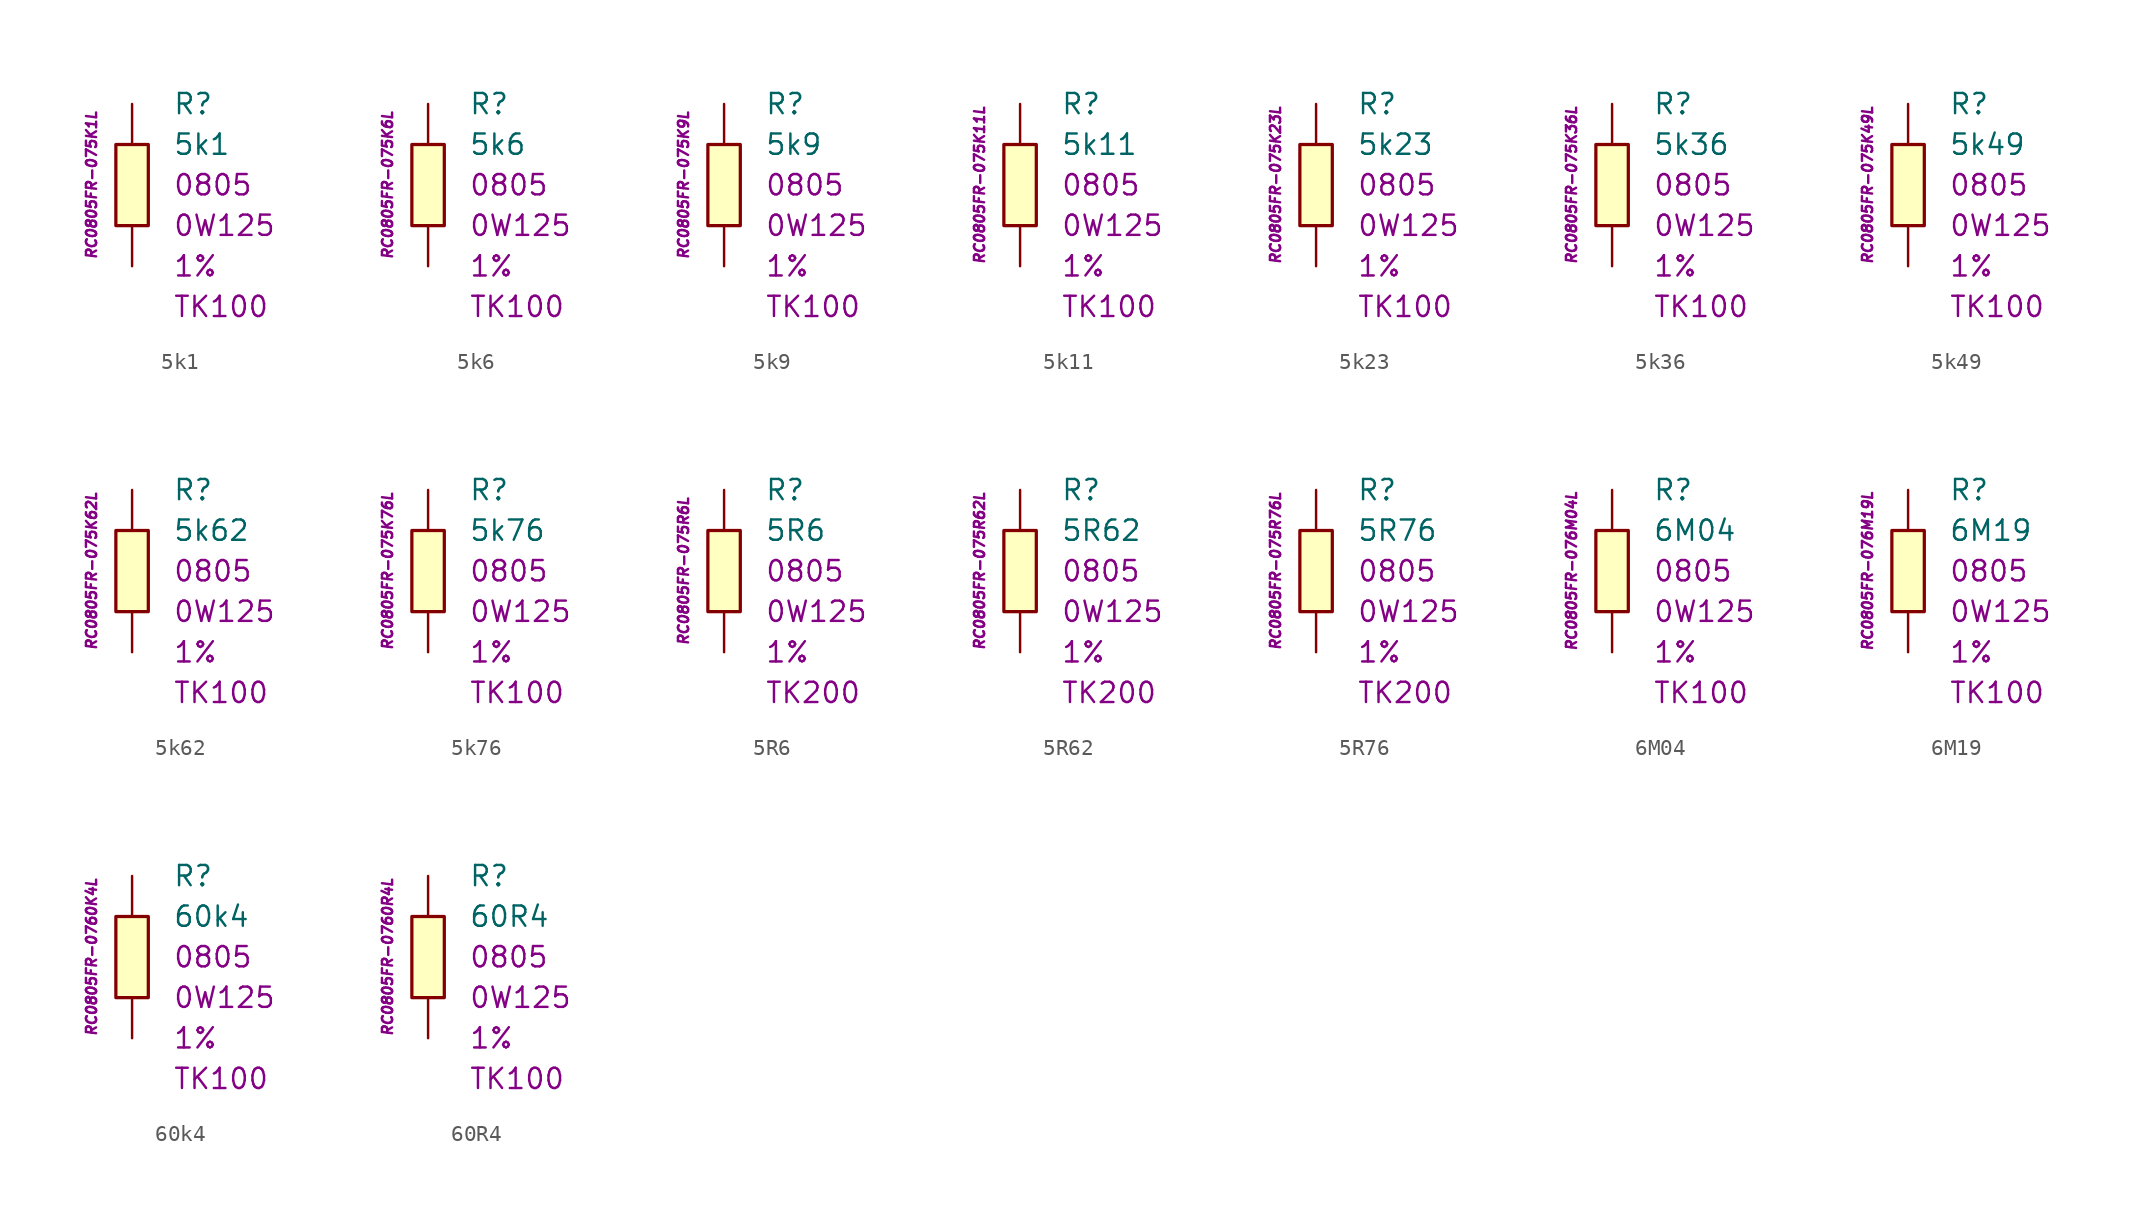
<source format=kicad_sym>
(kicad_symbol_lib
  (version 20201005)
  (generator kicad_symbol_editor)
  (symbol "5k1"
    (pin_numbers hide)
    (pin_names
      (offset 1.016) hide)
    (property "Reference" "R"
      (at 2.54 5.08 0)
      (effects (font (size 1.27 1.27)) (justify left)))
    (property "Value" "5k1"
      (at 2.54 2.54 0)
      (effects (font (size 1.27 1.27)) (justify left)))
    (property "Package" "0805"
      (at 2.54 0 0)
      (effects (font (size 1.27 1.27)) (justify left)))
    (property "Power" "0W125"
      (at 2.54 -2.54 0)
      (effects (font (size 1.27 1.27)) (justify left)))
    (property "Tolerance" "1%"
      (at 2.54 -5.08 0)
      (effects (font (size 1.27 1.27)) (justify left)))
    (property "TK" "TK100"
      (at 2.54 -7.62 0)
      (effects (font (size 1.27 1.27)) (justify left)))
    (property "ID" "RC0805FR-075K1L"
      (at -2.54 0 90)
      (effects (font (size 0.635 0.635) italic)))
    (symbol "5k1_0_1"
      (rectangle (start -1.016 2.54) (end 1.016 -2.54) (stroke (width 0.203)) (fill (type background))))
    (symbol "5k1_1_1"
      (pin passive line (at 0 5.08 270) (length 2.54) (name "~" (effects (font (size 1.778 1.778)))) (number "1" (effects (font (size 1.778 1.778)))))
      (pin passive line (at 0 -5.08 90) (length 2.54) (name "~" (effects (font (size 1.778 1.778)))) (number "2" (effects (font (size 1.778 1.778)))))))
  (symbol "5k6"
    (pin_numbers hide)
    (pin_names
      (offset 1.016) hide)
    (property "Reference" "R"
      (at 2.54 5.08 0)
      (effects (font (size 1.27 1.27)) (justify left)))
    (property "Value" "5k6"
      (at 2.54 2.54 0)
      (effects (font (size 1.27 1.27)) (justify left)))
    (property "Package" "0805"
      (at 2.54 0 0)
      (effects (font (size 1.27 1.27)) (justify left)))
    (property "Power" "0W125"
      (at 2.54 -2.54 0)
      (effects (font (size 1.27 1.27)) (justify left)))
    (property "Tolerance" "1%"
      (at 2.54 -5.08 0)
      (effects (font (size 1.27 1.27)) (justify left)))
    (property "TK" "TK100"
      (at 2.54 -7.62 0)
      (effects (font (size 1.27 1.27)) (justify left)))
    (property "ID" "RC0805FR-075K6L"
      (at -2.54 0 90)
      (effects (font (size 0.635 0.635) italic)))
    (symbol "5k6_0_1"
      (rectangle (start -1.016 2.54) (end 1.016 -2.54) (stroke (width 0.203)) (fill (type background))))
    (symbol "5k6_1_1"
      (pin passive line (at 0 5.08 270) (length 2.54) (name "~" (effects (font (size 1.778 1.778)))) (number "1" (effects (font (size 1.778 1.778)))))
      (pin passive line (at 0 -5.08 90) (length 2.54) (name "~" (effects (font (size 1.778 1.778)))) (number "2" (effects (font (size 1.778 1.778)))))))
  (symbol "5k9"
    (pin_numbers hide)
    (pin_names
      (offset 1.016) hide)
    (property "Reference" "R"
      (at 2.54 5.08 0)
      (effects (font (size 1.27 1.27)) (justify left)))
    (property "Value" "5k9"
      (at 2.54 2.54 0)
      (effects (font (size 1.27 1.27)) (justify left)))
    (property "Package" "0805"
      (at 2.54 0 0)
      (effects (font (size 1.27 1.27)) (justify left)))
    (property "Power" "0W125"
      (at 2.54 -2.54 0)
      (effects (font (size 1.27 1.27)) (justify left)))
    (property "Tolerance" "1%"
      (at 2.54 -5.08 0)
      (effects (font (size 1.27 1.27)) (justify left)))
    (property "TK" "TK100"
      (at 2.54 -7.62 0)
      (effects (font (size 1.27 1.27)) (justify left)))
    (property "ID" "RC0805FR-075K9L"
      (at -2.54 0 90)
      (effects (font (size 0.635 0.635) italic)))
    (symbol "5k9_0_1"
      (rectangle (start -1.016 2.54) (end 1.016 -2.54) (stroke (width 0.203)) (fill (type background))))
    (symbol "5k9_1_1"
      (pin passive line (at 0 5.08 270) (length 2.54) (name "~" (effects (font (size 1.778 1.778)))) (number "1" (effects (font (size 1.778 1.778)))))
      (pin passive line (at 0 -5.08 90) (length 2.54) (name "~" (effects (font (size 1.778 1.778)))) (number "2" (effects (font (size 1.778 1.778)))))))
  (symbol "5k11"
    (pin_numbers hide)
    (pin_names
      (offset 1.016) hide)
    (property "Reference" "R"
      (at 2.54 5.08 0)
      (effects (font (size 1.27 1.27)) (justify left)))
    (property "Value" "5k11"
      (at 2.54 2.54 0)
      (effects (font (size 1.27 1.27)) (justify left)))
    (property "Package" "0805"
      (at 2.54 0 0)
      (effects (font (size 1.27 1.27)) (justify left)))
    (property "Power" "0W125"
      (at 2.54 -2.54 0)
      (effects (font (size 1.27 1.27)) (justify left)))
    (property "Tolerance" "1%"
      (at 2.54 -5.08 0)
      (effects (font (size 1.27 1.27)) (justify left)))
    (property "TK" "TK100"
      (at 2.54 -7.62 0)
      (effects (font (size 1.27 1.27)) (justify left)))
    (property "ID" "RC0805FR-075K11L"
      (at -2.54 0 90)
      (effects (font (size 0.635 0.635) italic)))
    (symbol "5k11_0_1"
      (rectangle (start -1.016 2.54) (end 1.016 -2.54) (stroke (width 0.203)) (fill (type background))))
    (symbol "5k11_1_1"
      (pin passive line (at 0 5.08 270) (length 2.54) (name "~" (effects (font (size 1.778 1.778)))) (number "1" (effects (font (size 1.778 1.778)))))
      (pin passive line (at 0 -5.08 90) (length 2.54) (name "~" (effects (font (size 1.778 1.778)))) (number "2" (effects (font (size 1.778 1.778)))))))
  (symbol "5k23"
    (pin_numbers hide)
    (pin_names
      (offset 1.016) hide)
    (property "Reference" "R"
      (at 2.54 5.08 0)
      (effects (font (size 1.27 1.27)) (justify left)))
    (property "Value" "5k23"
      (at 2.54 2.54 0)
      (effects (font (size 1.27 1.27)) (justify left)))
    (property "Package" "0805"
      (at 2.54 0 0)
      (effects (font (size 1.27 1.27)) (justify left)))
    (property "Power" "0W125"
      (at 2.54 -2.54 0)
      (effects (font (size 1.27 1.27)) (justify left)))
    (property "Tolerance" "1%"
      (at 2.54 -5.08 0)
      (effects (font (size 1.27 1.27)) (justify left)))
    (property "TK" "TK100"
      (at 2.54 -7.62 0)
      (effects (font (size 1.27 1.27)) (justify left)))
    (property "ID" "RC0805FR-075K23L"
      (at -2.54 0 90)
      (effects (font (size 0.635 0.635) italic)))
    (symbol "5k23_0_1"
      (rectangle (start -1.016 2.54) (end 1.016 -2.54) (stroke (width 0.203)) (fill (type background))))
    (symbol "5k23_1_1"
      (pin passive line (at 0 5.08 270) (length 2.54) (name "~" (effects (font (size 1.778 1.778)))) (number "1" (effects (font (size 1.778 1.778)))))
      (pin passive line (at 0 -5.08 90) (length 2.54) (name "~" (effects (font (size 1.778 1.778)))) (number "2" (effects (font (size 1.778 1.778)))))))
  (symbol "5k36"
    (pin_numbers hide)
    (pin_names
      (offset 1.016) hide)
    (property "Reference" "R"
      (at 2.54 5.08 0)
      (effects (font (size 1.27 1.27)) (justify left)))
    (property "Value" "5k36"
      (at 2.54 2.54 0)
      (effects (font (size 1.27 1.27)) (justify left)))
    (property "Package" "0805"
      (at 2.54 0 0)
      (effects (font (size 1.27 1.27)) (justify left)))
    (property "Power" "0W125"
      (at 2.54 -2.54 0)
      (effects (font (size 1.27 1.27)) (justify left)))
    (property "Tolerance" "1%"
      (at 2.54 -5.08 0)
      (effects (font (size 1.27 1.27)) (justify left)))
    (property "TK" "TK100"
      (at 2.54 -7.62 0)
      (effects (font (size 1.27 1.27)) (justify left)))
    (property "ID" "RC0805FR-075K36L"
      (at -2.54 0 90)
      (effects (font (size 0.635 0.635) italic)))
    (symbol "5k36_0_1"
      (rectangle (start -1.016 2.54) (end 1.016 -2.54) (stroke (width 0.203)) (fill (type background))))
    (symbol "5k36_1_1"
      (pin passive line (at 0 5.08 270) (length 2.54) (name "~" (effects (font (size 1.778 1.778)))) (number "1" (effects (font (size 1.778 1.778)))))
      (pin passive line (at 0 -5.08 90) (length 2.54) (name "~" (effects (font (size 1.778 1.778)))) (number "2" (effects (font (size 1.778 1.778)))))))
  (symbol "5k49"
    (pin_numbers hide)
    (pin_names
      (offset 1.016) hide)
    (property "Reference" "R"
      (at 2.54 5.08 0)
      (effects (font (size 1.27 1.27)) (justify left)))
    (property "Value" "5k49"
      (at 2.54 2.54 0)
      (effects (font (size 1.27 1.27)) (justify left)))
    (property "Package" "0805"
      (at 2.54 0 0)
      (effects (font (size 1.27 1.27)) (justify left)))
    (property "Power" "0W125"
      (at 2.54 -2.54 0)
      (effects (font (size 1.27 1.27)) (justify left)))
    (property "Tolerance" "1%"
      (at 2.54 -5.08 0)
      (effects (font (size 1.27 1.27)) (justify left)))
    (property "TK" "TK100"
      (at 2.54 -7.62 0)
      (effects (font (size 1.27 1.27)) (justify left)))
    (property "ID" "RC0805FR-075K49L"
      (at -2.54 0 90)
      (effects (font (size 0.635 0.635) italic)))
    (symbol "5k49_0_1"
      (rectangle (start -1.016 2.54) (end 1.016 -2.54) (stroke (width 0.203)) (fill (type background))))
    (symbol "5k49_1_1"
      (pin passive line (at 0 5.08 270) (length 2.54) (name "~" (effects (font (size 1.778 1.778)))) (number "1" (effects (font (size 1.778 1.778)))))
      (pin passive line (at 0 -5.08 90) (length 2.54) (name "~" (effects (font (size 1.778 1.778)))) (number "2" (effects (font (size 1.778 1.778)))))))
  (symbol "5k62"
    (pin_numbers hide)
    (pin_names
      (offset 1.016) hide)
    (property "Reference" "R"
      (at 2.54 5.08 0)
      (effects (font (size 1.27 1.27)) (justify left)))
    (property "Value" "5k62"
      (at 2.54 2.54 0)
      (effects (font (size 1.27 1.27)) (justify left)))
    (property "Package" "0805"
      (at 2.54 0 0)
      (effects (font (size 1.27 1.27)) (justify left)))
    (property "Power" "0W125"
      (at 2.54 -2.54 0)
      (effects (font (size 1.27 1.27)) (justify left)))
    (property "Tolerance" "1%"
      (at 2.54 -5.08 0)
      (effects (font (size 1.27 1.27)) (justify left)))
    (property "TK" "TK100"
      (at 2.54 -7.62 0)
      (effects (font (size 1.27 1.27)) (justify left)))
    (property "ID" "RC0805FR-075K62L"
      (at -2.54 0 90)
      (effects (font (size 0.635 0.635) italic)))
    (symbol "5k62_0_1"
      (rectangle (start -1.016 2.54) (end 1.016 -2.54) (stroke (width 0.203)) (fill (type background))))
    (symbol "5k62_1_1"
      (pin passive line (at 0 5.08 270) (length 2.54) (name "~" (effects (font (size 1.778 1.778)))) (number "1" (effects (font (size 1.778 1.778)))))
      (pin passive line (at 0 -5.08 90) (length 2.54) (name "~" (effects (font (size 1.778 1.778)))) (number "2" (effects (font (size 1.778 1.778)))))))
  (symbol "5k76"
    (pin_numbers hide)
    (pin_names
      (offset 1.016) hide)
    (property "Reference" "R"
      (at 2.54 5.08 0)
      (effects (font (size 1.27 1.27)) (justify left)))
    (property "Value" "5k76"
      (at 2.54 2.54 0)
      (effects (font (size 1.27 1.27)) (justify left)))
    (property "Package" "0805"
      (at 2.54 0 0)
      (effects (font (size 1.27 1.27)) (justify left)))
    (property "Power" "0W125"
      (at 2.54 -2.54 0)
      (effects (font (size 1.27 1.27)) (justify left)))
    (property "Tolerance" "1%"
      (at 2.54 -5.08 0)
      (effects (font (size 1.27 1.27)) (justify left)))
    (property "TK" "TK100"
      (at 2.54 -7.62 0)
      (effects (font (size 1.27 1.27)) (justify left)))
    (property "ID" "RC0805FR-075K76L"
      (at -2.54 0 90)
      (effects (font (size 0.635 0.635) italic)))
    (symbol "5k76_0_1"
      (rectangle (start -1.016 2.54) (end 1.016 -2.54) (stroke (width 0.203)) (fill (type background))))
    (symbol "5k76_1_1"
      (pin passive line (at 0 5.08 270) (length 2.54) (name "~" (effects (font (size 1.778 1.778)))) (number "1" (effects (font (size 1.778 1.778)))))
      (pin passive line (at 0 -5.08 90) (length 2.54) (name "~" (effects (font (size 1.778 1.778)))) (number "2" (effects (font (size 1.778 1.778)))))))
  (symbol "5R6"
    (pin_numbers hide)
    (pin_names
      (offset 1.016) hide)
    (property "Reference" "R"
      (at 2.54 5.08 0)
      (effects (font (size 1.27 1.27)) (justify left)))
    (property "Value" "5R6"
      (at 2.54 2.54 0)
      (effects (font (size 1.27 1.27)) (justify left)))
    (property "Package" "0805"
      (at 2.54 0 0)
      (effects (font (size 1.27 1.27)) (justify left)))
    (property "Power" "0W125"
      (at 2.54 -2.54 0)
      (effects (font (size 1.27 1.27)) (justify left)))
    (property "Tolerance" "1%"
      (at 2.54 -5.08 0)
      (effects (font (size 1.27 1.27)) (justify left)))
    (property "TK" "TK200"
      (at 2.54 -7.62 0)
      (effects (font (size 1.27 1.27)) (justify left)))
    (property "ID" "RC0805FR-075R6L"
      (at -2.54 0 90)
      (effects (font (size 0.635 0.635) italic)))
    (symbol "5R6_0_1"
      (rectangle (start -1.016 2.54) (end 1.016 -2.54) (stroke (width 0.203)) (fill (type background))))
    (symbol "5R6_1_1"
      (pin passive line (at 0 5.08 270) (length 2.54) (name "~" (effects (font (size 1.778 1.778)))) (number "1" (effects (font (size 1.778 1.778)))))
      (pin passive line (at 0 -5.08 90) (length 2.54) (name "~" (effects (font (size 1.778 1.778)))) (number "2" (effects (font (size 1.778 1.778)))))))
  (symbol "5R62"
    (pin_numbers hide)
    (pin_names
      (offset 1.016) hide)
    (property "Reference" "R"
      (at 2.54 5.08 0)
      (effects (font (size 1.27 1.27)) (justify left)))
    (property "Value" "5R62"
      (at 2.54 2.54 0)
      (effects (font (size 1.27 1.27)) (justify left)))
    (property "Package" "0805"
      (at 2.54 0 0)
      (effects (font (size 1.27 1.27)) (justify left)))
    (property "Power" "0W125"
      (at 2.54 -2.54 0)
      (effects (font (size 1.27 1.27)) (justify left)))
    (property "Tolerance" "1%"
      (at 2.54 -5.08 0)
      (effects (font (size 1.27 1.27)) (justify left)))
    (property "TK" "TK200"
      (at 2.54 -7.62 0)
      (effects (font (size 1.27 1.27)) (justify left)))
    (property "ID" "RC0805FR-075R62L"
      (at -2.54 0 90)
      (effects (font (size 0.635 0.635) italic)))
    (symbol "5R62_0_1"
      (rectangle (start -1.016 2.54) (end 1.016 -2.54) (stroke (width 0.203)) (fill (type background))))
    (symbol "5R62_1_1"
      (pin passive line (at 0 5.08 270) (length 2.54) (name "~" (effects (font (size 1.778 1.778)))) (number "1" (effects (font (size 1.778 1.778)))))
      (pin passive line (at 0 -5.08 90) (length 2.54) (name "~" (effects (font (size 1.778 1.778)))) (number "2" (effects (font (size 1.778 1.778)))))))
  (symbol "5R76"
    (pin_numbers hide)
    (pin_names
      (offset 1.016) hide)
    (property "Reference" "R"
      (at 2.54 5.08 0)
      (effects (font (size 1.27 1.27)) (justify left)))
    (property "Value" "5R76"
      (at 2.54 2.54 0)
      (effects (font (size 1.27 1.27)) (justify left)))
    (property "Package" "0805"
      (at 2.54 0 0)
      (effects (font (size 1.27 1.27)) (justify left)))
    (property "Power" "0W125"
      (at 2.54 -2.54 0)
      (effects (font (size 1.27 1.27)) (justify left)))
    (property "Tolerance" "1%"
      (at 2.54 -5.08 0)
      (effects (font (size 1.27 1.27)) (justify left)))
    (property "TK" "TK200"
      (at 2.54 -7.62 0)
      (effects (font (size 1.27 1.27)) (justify left)))
    (property "ID" "RC0805FR-075R76L"
      (at -2.54 0 90)
      (effects (font (size 0.635 0.635) italic)))
    (symbol "5R76_0_1"
      (rectangle (start -1.016 2.54) (end 1.016 -2.54) (stroke (width 0.203)) (fill (type background))))
    (symbol "5R76_1_1"
      (pin passive line (at 0 5.08 270) (length 2.54) (name "~" (effects (font (size 1.778 1.778)))) (number "1" (effects (font (size 1.778 1.778)))))
      (pin passive line (at 0 -5.08 90) (length 2.54) (name "~" (effects (font (size 1.778 1.778)))) (number "2" (effects (font (size 1.778 1.778)))))))
  (symbol "6M04"
    (pin_numbers hide)
    (pin_names
      (offset 1.016) hide)
    (property "Reference" "R"
      (at 2.54 5.08 0)
      (effects (font (size 1.27 1.27)) (justify left)))
    (property "Value" "6M04"
      (at 2.54 2.54 0)
      (effects (font (size 1.27 1.27)) (justify left)))
    (property "Package" "0805"
      (at 2.54 0 0)
      (effects (font (size 1.27 1.27)) (justify left)))
    (property "Power" "0W125"
      (at 2.54 -2.54 0)
      (effects (font (size 1.27 1.27)) (justify left)))
    (property "Tolerance" "1%"
      (at 2.54 -5.08 0)
      (effects (font (size 1.27 1.27)) (justify left)))
    (property "TK" "TK100"
      (at 2.54 -7.62 0)
      (effects (font (size 1.27 1.27)) (justify left)))
    (property "ID" "RC0805FR-076M04L"
      (at -2.54 0 90)
      (effects (font (size 0.635 0.635) italic)))
    (symbol "6M04_0_1"
      (rectangle (start -1.016 2.54) (end 1.016 -2.54) (stroke (width 0.203)) (fill (type background))))
    (symbol "6M04_1_1"
      (pin passive line (at 0 5.08 270) (length 2.54) (name "~" (effects (font (size 1.778 1.778)))) (number "1" (effects (font (size 1.778 1.778)))))
      (pin passive line (at 0 -5.08 90) (length 2.54) (name "~" (effects (font (size 1.778 1.778)))) (number "2" (effects (font (size 1.778 1.778)))))))
  (symbol "6M19"
    (pin_numbers hide)
    (pin_names
      (offset 1.016) hide)
    (property "Reference" "R"
      (at 2.54 5.08 0)
      (effects (font (size 1.27 1.27)) (justify left)))
    (property "Value" "6M19"
      (at 2.54 2.54 0)
      (effects (font (size 1.27 1.27)) (justify left)))
    (property "Package" "0805"
      (at 2.54 0 0)
      (effects (font (size 1.27 1.27)) (justify left)))
    (property "Power" "0W125"
      (at 2.54 -2.54 0)
      (effects (font (size 1.27 1.27)) (justify left)))
    (property "Tolerance" "1%"
      (at 2.54 -5.08 0)
      (effects (font (size 1.27 1.27)) (justify left)))
    (property "TK" "TK100"
      (at 2.54 -7.62 0)
      (effects (font (size 1.27 1.27)) (justify left)))
    (property "ID" "RC0805FR-076M19L"
      (at -2.54 0 90)
      (effects (font (size 0.635 0.635) italic)))
    (symbol "6M19_0_1"
      (rectangle (start -1.016 2.54) (end 1.016 -2.54) (stroke (width 0.203)) (fill (type background))))
    (symbol "6M19_1_1"
      (pin passive line (at 0 5.08 270) (length 2.54) (name "~" (effects (font (size 1.778 1.778)))) (number "1" (effects (font (size 1.778 1.778)))))
      (pin passive line (at 0 -5.08 90) (length 2.54) (name "~" (effects (font (size 1.778 1.778)))) (number "2" (effects (font (size 1.778 1.778)))))))
  (symbol "60k4"
    (pin_numbers hide)
    (pin_names
      (offset 1.016) hide)
    (property "Reference" "R"
      (at 2.54 5.08 0)
      (effects (font (size 1.27 1.27)) (justify left)))
    (property "Value" "60k4"
      (at 2.54 2.54 0)
      (effects (font (size 1.27 1.27)) (justify left)))
    (property "Package" "0805"
      (at 2.54 0 0)
      (effects (font (size 1.27 1.27)) (justify left)))
    (property "Power" "0W125"
      (at 2.54 -2.54 0)
      (effects (font (size 1.27 1.27)) (justify left)))
    (property "Tolerance" "1%"
      (at 2.54 -5.08 0)
      (effects (font (size 1.27 1.27)) (justify left)))
    (property "TK" "TK100"
      (at 2.54 -7.62 0)
      (effects (font (size 1.27 1.27)) (justify left)))
    (property "ID" "RC0805FR-0760K4L"
      (at -2.54 0 90)
      (effects (font (size 0.635 0.635) italic)))
    (symbol "60k4_0_1"
      (rectangle (start -1.016 2.54) (end 1.016 -2.54) (stroke (width 0.203)) (fill (type background))))
    (symbol "60k4_1_1"
      (pin passive line (at 0 5.08 270) (length 2.54) (name "~" (effects (font (size 1.778 1.778)))) (number "1" (effects (font (size 1.778 1.778)))))
      (pin passive line (at 0 -5.08 90) (length 2.54) (name "~" (effects (font (size 1.778 1.778)))) (number "2" (effects (font (size 1.778 1.778)))))))
  (symbol "60R4"
    (pin_numbers hide)
    (pin_names
      (offset 1.016) hide)
    (property "Reference" "R"
      (at 2.54 5.08 0)
      (effects (font (size 1.27 1.27)) (justify left)))
    (property "Value" "60R4"
      (at 2.54 2.54 0)
      (effects (font (size 1.27 1.27)) (justify left)))
    (property "Package" "0805"
      (at 2.54 0 0)
      (effects (font (size 1.27 1.27)) (justify left)))
    (property "Power" "0W125"
      (at 2.54 -2.54 0)
      (effects (font (size 1.27 1.27)) (justify left)))
    (property "Tolerance" "1%"
      (at 2.54 -5.08 0)
      (effects (font (size 1.27 1.27)) (justify left)))
    (property "TK" "TK100"
      (at 2.54 -7.62 0)
      (effects (font (size 1.27 1.27)) (justify left)))
    (property "ID" "RC0805FR-0760R4L"
      (at -2.54 0 90)
      (effects (font (size 0.635 0.635) italic)))
    (symbol "60R4_0_1"
      (rectangle (start -1.016 2.54) (end 1.016 -2.54) (stroke (width 0.203)) (fill (type background))))
    (symbol "60R4_1_1"
      (pin passive line (at 0 5.08 270) (length 2.54) (name "~" (effects (font (size 1.778 1.778)))) (number "1" (effects (font (size 1.778 1.778)))))
      (pin passive line (at 0 -5.08 90) (length 2.54) (name "~" (effects (font (size 1.778 1.778)))) (number "2" (effects (font (size 1.778 1.778))))))))
</source>
